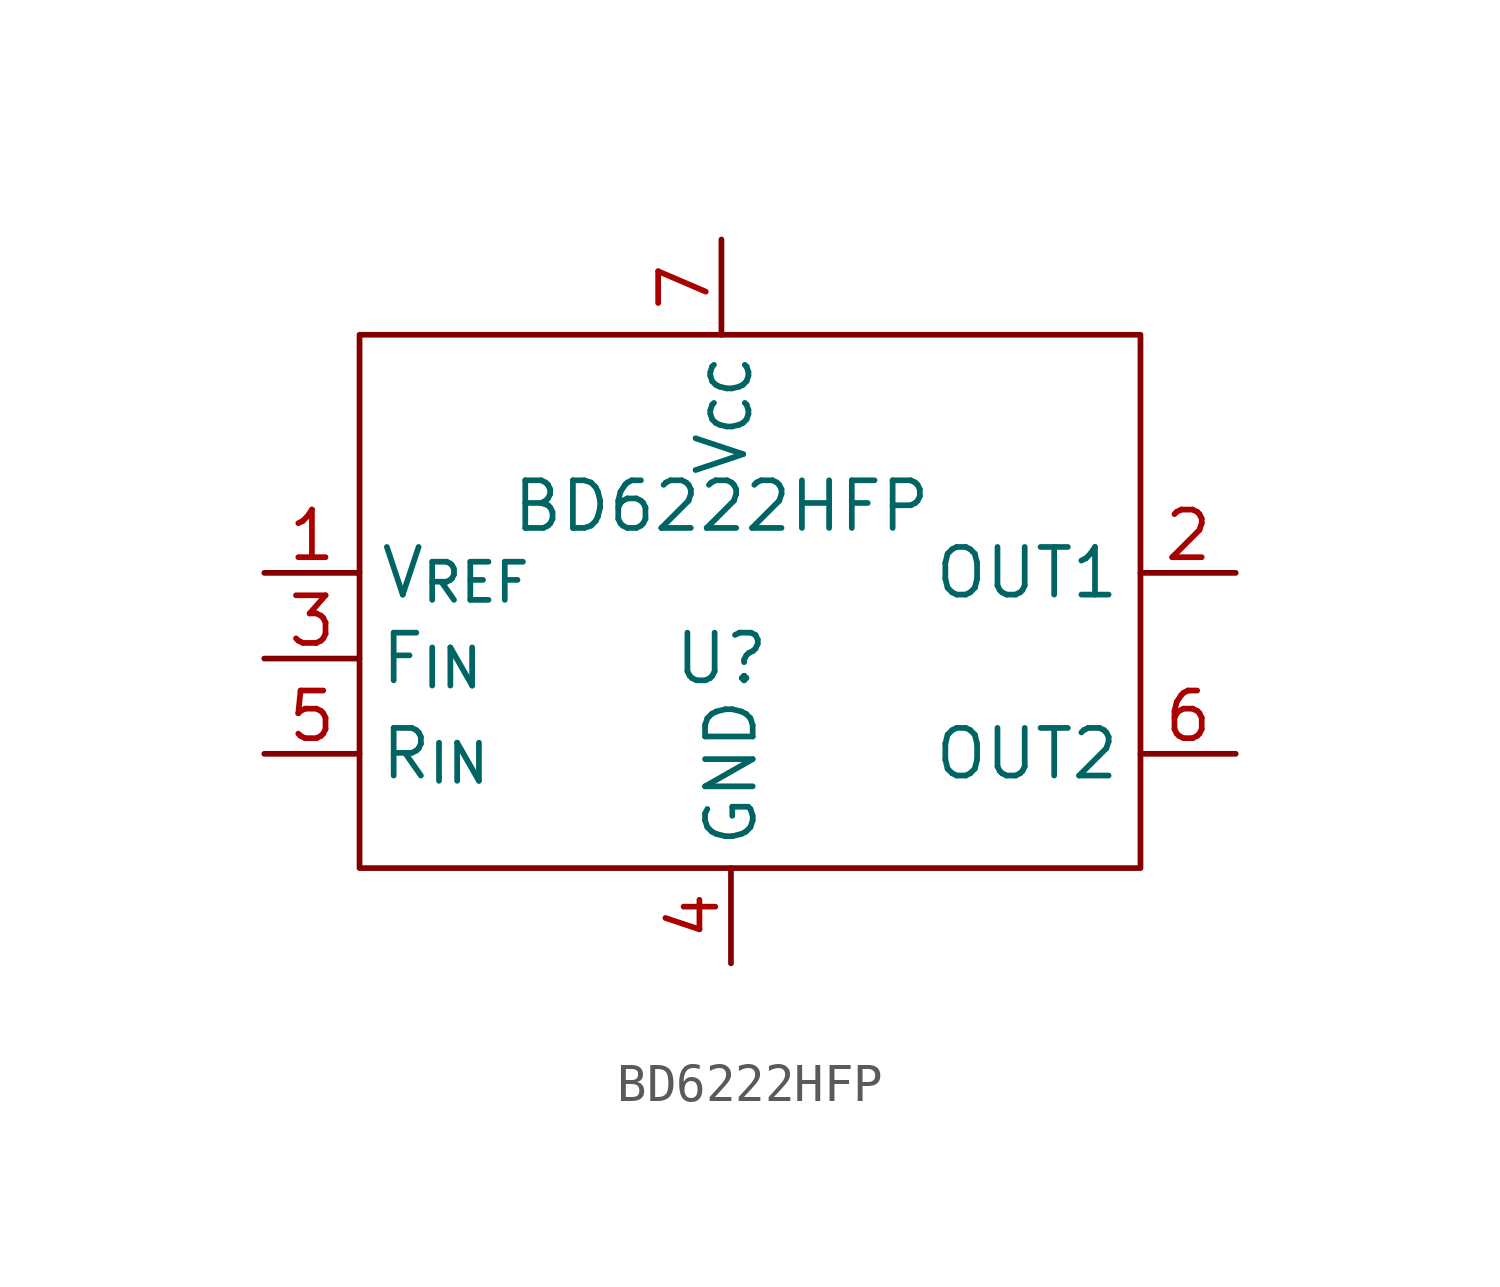
<source format=kicad_sym>
(kicad_symbol_lib
  (version 20220914)
  (generator kicad_symbol_editor)
  (symbol "BD6222HFP"
    (property "Reference" "U"
      (at 0 0 0)
      (effects (font (size 1.27 1.27))))
    (property "Value" "BD6222HFP"
      (at 0 4.064 0)
      (effects (font (size 1.27 1.27))))
    (symbol "BD6222HFP_0_1"
      (rectangle (start -9.652 8.636) (end 11.176 -5.588) (stroke (width 0) (type default)) (fill (type none))))
    (symbol "BD6222HFP_1_1"
      (pin input line (at -12.192 2.286 0) (length 2.54) (name "V_{REF}" (effects (font (size 1.27 1.27)))) (number "1" (effects (font (size 1.27 1.27)))))
      (pin input line (at 13.716 2.286 180) (length 2.54) (name "OUT1" (effects (font (size 1.27 1.27)))) (number "2" (effects (font (size 1.27 1.27)))))
      (pin input line (at -12.192 0 0) (length 2.54) (name "F_{IN}" (effects (font (size 1.27 1.27)))) (number "3" (effects (font (size 1.27 1.27)))))
      (pin input line (at 0.254 -8.128 90) (length 2.54) (name "GND" (effects (font (size 1.27 1.27)))) (number "4" (effects (font (size 1.27 1.27)))))
      (pin input line (at -12.192 -2.54 0) (length 2.54) (name "R_{IN}" (effects (font (size 1.27 1.27)))) (number "5" (effects (font (size 1.27 1.27)))))
      (pin input line (at 13.716 -2.54 180) (length 2.54) (name "OUT2" (effects (font (size 1.27 1.27)))) (number "6" (effects (font (size 1.27 1.27)))))
      (pin input line (at 0 11.176 270) (length 2.54) (name "V_{CC}" (effects (font (size 1.27 1.27)))) (number "7" (effects (font (size 1.27 1.27))))))))
</source>
